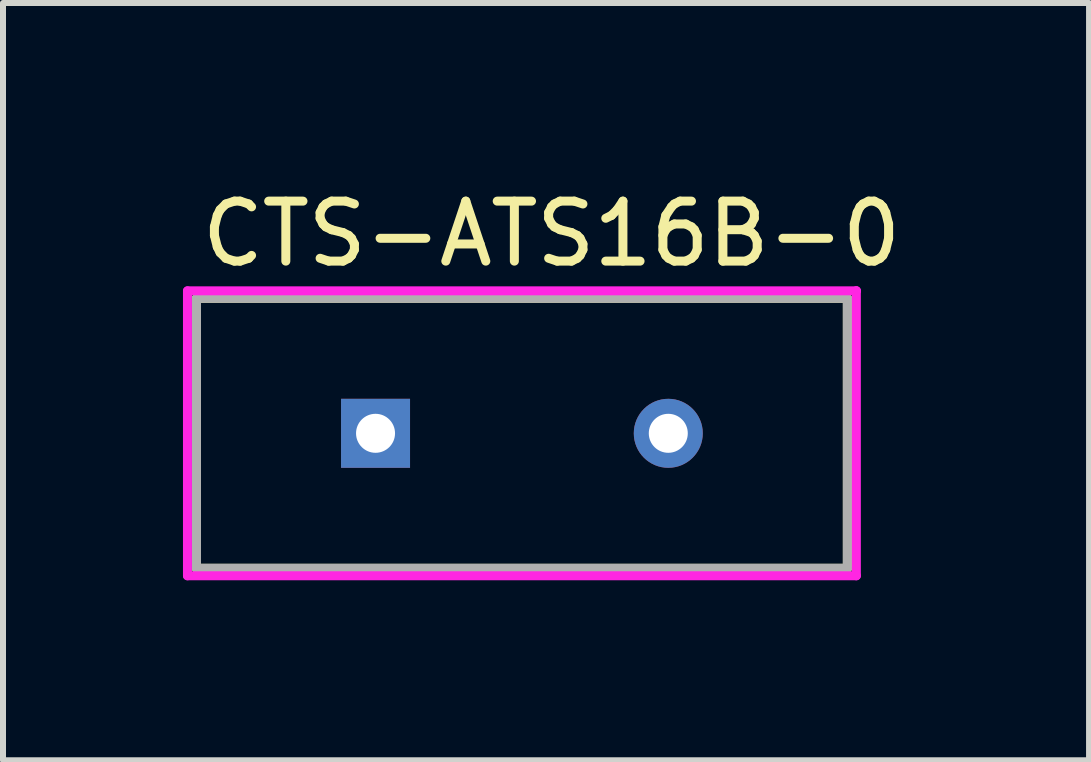
<source format=kicad_pcb>
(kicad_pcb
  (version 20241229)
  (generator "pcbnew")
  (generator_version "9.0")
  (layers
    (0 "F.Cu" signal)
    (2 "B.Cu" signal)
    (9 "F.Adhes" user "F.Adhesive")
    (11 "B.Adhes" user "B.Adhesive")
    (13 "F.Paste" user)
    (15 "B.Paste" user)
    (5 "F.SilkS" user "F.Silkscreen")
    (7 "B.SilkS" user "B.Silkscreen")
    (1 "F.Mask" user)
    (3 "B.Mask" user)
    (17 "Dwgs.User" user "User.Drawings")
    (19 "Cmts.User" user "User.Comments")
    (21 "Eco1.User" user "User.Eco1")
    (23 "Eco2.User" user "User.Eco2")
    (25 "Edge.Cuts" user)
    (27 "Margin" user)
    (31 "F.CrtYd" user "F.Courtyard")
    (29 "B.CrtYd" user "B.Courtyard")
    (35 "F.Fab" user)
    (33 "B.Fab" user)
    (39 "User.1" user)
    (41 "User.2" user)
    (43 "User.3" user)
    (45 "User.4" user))
  (footprint "CTS-ATS16B-0"
    (layer "F.Cu")
    (at 5.65 4.173)
    (property "Reference" "CTS-ATS16B-0" (at -5.415 -3.325 0) (layer "F.SilkS") (effects (font (size 1 1) (thickness 0.15)) (justify left)))
    (attr through_hole)
    (fp_line (start -5.425 -2.25) (end 5.425 -2.25) (stroke (width 0.15) (type solid)) (layer "F.SilkS"))
    (fp_line (start -5.425 2.25) (end -5.425 -2.25) (stroke (width 0.15) (type solid)) (layer "F.SilkS"))
    (fp_line (start 5.425 -2.25) (end 5.425 2.25) (stroke (width 0.15) (type solid)) (layer "F.SilkS"))
    (fp_line (start 5.425 2.25) (end -5.425 2.25) (stroke (width 0.15) (type solid)) (layer "F.SilkS"))
    (fp_line (start -5.575 -2.375) (end -5.575 2.375) (stroke (width 0.15) (type solid)) (layer "F.CrtYd"))
    (fp_line (start -5.575 2.375) (end 5.575 2.375) (stroke (width 0.15) (type solid)) (layer "F.CrtYd"))
    (fp_line (start 5.575 -2.375) (end -5.575 -2.375) (stroke (width 0.15) (type solid)) (layer "F.CrtYd"))
    (fp_line (start 5.575 -2.375) (end 5.575 -2.375) (stroke (width 0.15) (type solid)) (layer "F.CrtYd"))
    (fp_line (start 5.575 2.375) (end 5.575 -2.375) (stroke (width 0.15) (type solid)) (layer "F.CrtYd"))
    (fp_line (start -5.425 -2.25) (end 5.425 -2.25) (stroke (width 0.15) (type solid)) (layer "F.Fab"))
    (fp_line (start -5.425 2.25) (end -5.425 -2.25) (stroke (width 0.15) (type solid)) (layer "F.Fab"))
    (fp_line (start 5.425 -2.25) (end 5.425 2.25) (stroke (width 0.15) (type solid)) (layer "F.Fab"))
    (fp_line (start 5.425 2.25) (end -5.425 2.25) (stroke (width 0.15) (type solid)) (layer "F.Fab"))
    (pad "1" thru_hole rect (at -2.44 0) (size 1.15 1.15) (drill 0.65) (layers "*.Cu"))
    (pad "2" thru_hole circle (at 2.44 0) (size 1.15 1.15) (drill 0.65) (layers "*.Cu")))
  (gr_rect
    (start -3 -3)
    (end 15.104 9.623)
    (stroke (width 0.1) (type default))
    (fill no)
    (layer "Edge.Cuts")))
</source>
